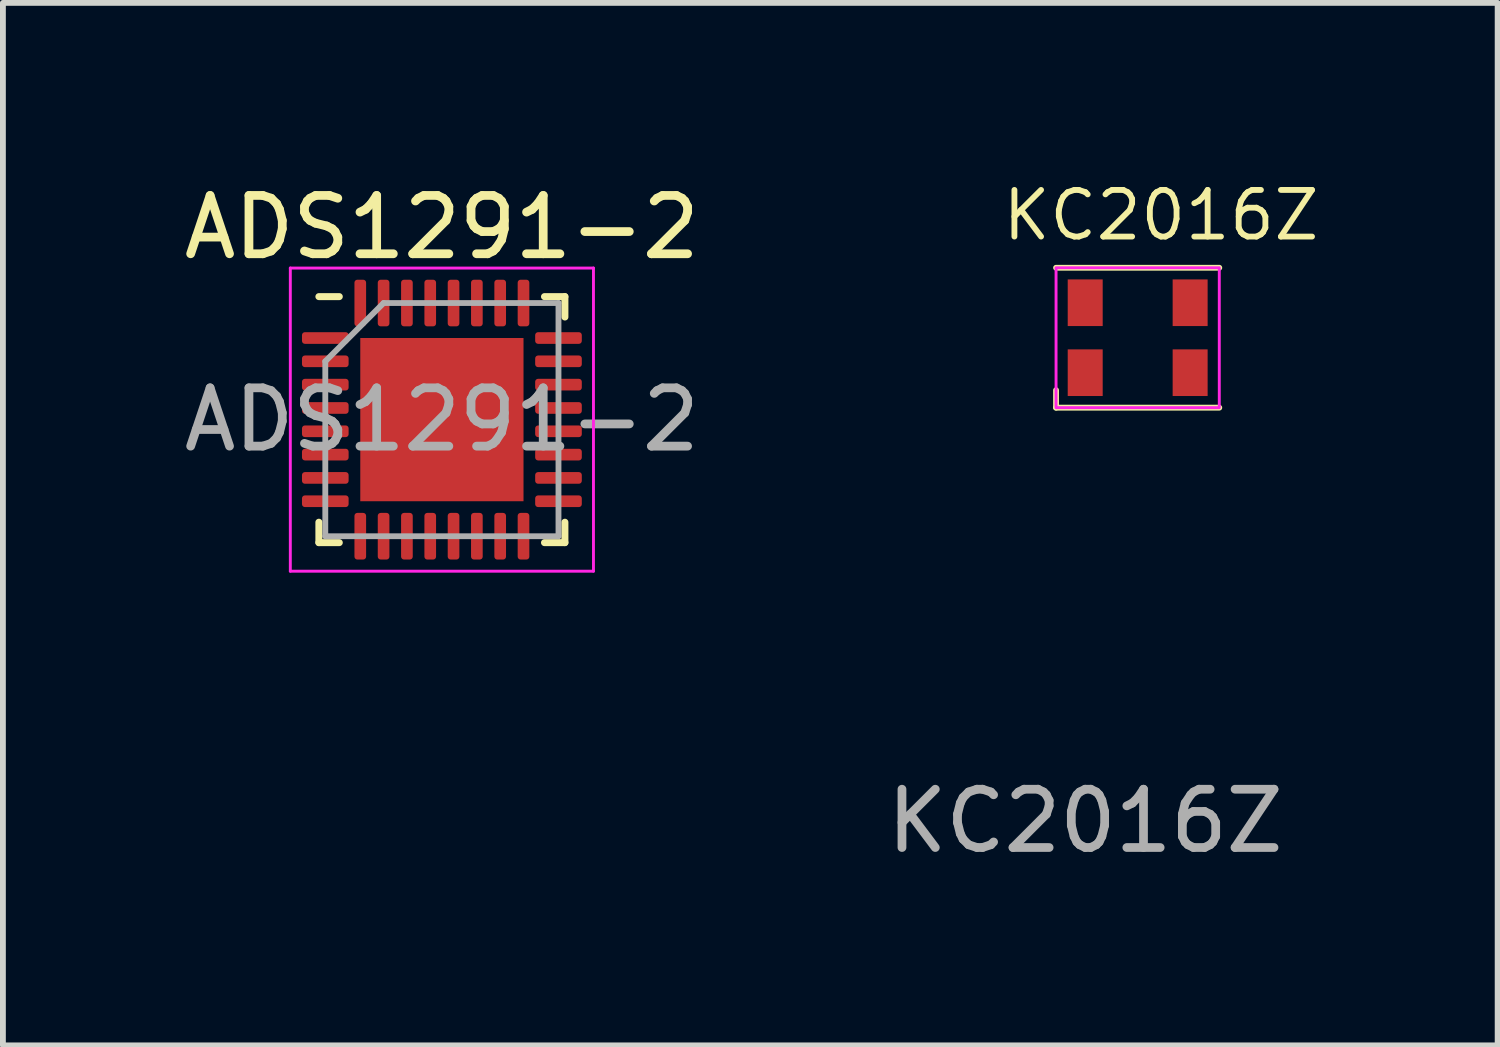
<source format=kicad_pcb>
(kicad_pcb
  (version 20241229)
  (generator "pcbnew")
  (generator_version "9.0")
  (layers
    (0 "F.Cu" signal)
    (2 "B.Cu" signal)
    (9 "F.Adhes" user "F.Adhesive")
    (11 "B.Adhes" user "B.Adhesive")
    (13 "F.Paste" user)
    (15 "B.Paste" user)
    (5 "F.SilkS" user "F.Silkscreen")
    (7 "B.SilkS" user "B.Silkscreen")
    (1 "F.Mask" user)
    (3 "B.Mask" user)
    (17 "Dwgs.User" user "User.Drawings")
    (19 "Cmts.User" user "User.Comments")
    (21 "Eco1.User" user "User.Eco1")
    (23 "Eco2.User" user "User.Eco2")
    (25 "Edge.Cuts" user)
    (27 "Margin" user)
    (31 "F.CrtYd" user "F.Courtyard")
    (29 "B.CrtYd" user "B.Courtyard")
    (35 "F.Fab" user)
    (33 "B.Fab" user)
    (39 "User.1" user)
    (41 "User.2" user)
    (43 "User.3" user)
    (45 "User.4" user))
  (footprint "KC2016Z"
    (layer "F.Cu")
    (at 15.565 2.143)
    (property "Reference" "KC2016Z" (at 1.3 -1.5 0) (unlocked yes) (layer "F.SilkS") (effects (font (size 0.8 0.8) (thickness 0.1))))
    (attr smd)
    (fp_line (start -0.5 1.5) (end -0.5 1.8) (stroke (width 0.1) (type default)) (layer "F.SilkS"))
    (fp_line (start -0.5 1.8) (end 2.3 1.8) (stroke (width 0.1) (type default)) (layer "F.SilkS"))
    (fp_line (start 2.3 -0.6) (end -0.5 -0.6) (stroke (width 0.1) (type default)) (layer "F.SilkS"))
    (fp_rect (start -0.5 -0.6) (end 2.3 1.8) (stroke (width 0.05) (type default)) (fill no) (layer "F.CrtYd"))
    (fp_text user "${REFERENCE}" (at 0 8.89 0) (unlocked yes) (layer "F.Fab") (effects (font (size 1 1) (thickness 0.15))))
    (pad "1" smd rect (at 0 1.2) (size 0.6 0.8) (layers "F.Cu" "F.Mask" "F.Paste"))
    (pad "2" smd rect (at 1.8 1.2) (size 0.6 0.8) (layers "F.Cu" "F.Mask" "F.Paste"))
    (pad "3" smd rect (at 1.8 0) (size 0.6 0.8) (layers "F.Cu" "F.Mask" "F.Paste"))
    (pad "4" smd rect (at 0 0) (size 0.6 0.8) (layers "F.Cu" "F.Mask" "F.Paste")))
  (footprint "ADS1291-2"
    (layer "F.Cu")
    (at 4.53 4.148)
    (property "Reference" "ADS1291-2" (at 0 -3.3 0) (layer "F.SilkS") (effects (font (size 1 1) (thickness 0.15))))
    (attr smd)
    (fp_line (start -2.11 2.11) (end -2.11 1.76) (stroke (width 0.12) (type solid)) (layer "F.SilkS"))
    (fp_line (start -1.76 -2.11) (end -2.11 -2.11) (stroke (width 0.12) (type solid)) (layer "F.SilkS"))
    (fp_line (start -1.76 2.11) (end -2.11 2.11) (stroke (width 0.12) (type solid)) (layer "F.SilkS"))
    (fp_line (start 1.76 -2.11) (end 2.11 -2.11) (stroke (width 0.12) (type solid)) (layer "F.SilkS"))
    (fp_line (start 1.76 2.11) (end 2.11 2.11) (stroke (width 0.12) (type solid)) (layer "F.SilkS"))
    (fp_line (start 2.11 -2.11) (end 2.11 -1.76) (stroke (width 0.12) (type solid)) (layer "F.SilkS"))
    (fp_line (start 2.11 2.11) (end 2.11 1.76) (stroke (width 0.12) (type solid)) (layer "F.SilkS"))
    (fp_line (start -2.6 -2.6) (end -2.6 2.6) (stroke (width 0.05) (type solid)) (layer "F.CrtYd"))
    (fp_line (start -2.6 2.6) (end 2.6 2.6) (stroke (width 0.05) (type solid)) (layer "F.CrtYd"))
    (fp_line (start 2.6 -2.6) (end -2.6 -2.6) (stroke (width 0.05) (type solid)) (layer "F.CrtYd"))
    (fp_line (start 2.6 2.6) (end 2.6 -2.6) (stroke (width 0.05) (type solid)) (layer "F.CrtYd"))
    (fp_line (start -2 -1) (end -1 -2) (stroke (width 0.1) (type solid)) (layer "F.Fab"))
    (fp_line (start -2 2) (end -2 -1) (stroke (width 0.1) (type solid)) (layer "F.Fab"))
    (fp_line (start -1 -2) (end 2 -2) (stroke (width 0.1) (type solid)) (layer "F.Fab"))
    (fp_line (start 2 -2) (end 2 2) (stroke (width 0.1) (type solid)) (layer "F.Fab"))
    (fp_line (start 2 2) (end -2 2) (stroke (width 0.1) (type solid)) (layer "F.Fab"))
    (fp_text user "${REFERENCE}" (at 0 0 0) (layer "F.Fab") (effects (font (size 1 1) (thickness 0.15))))
    (pad "" smd roundrect (at -0.725 -0.725) (size 1.17 1.17) (layers "F.Paste") (roundrect_rratio 0.214))
    (pad "" smd roundrect (at -0.725 0.725) (size 1.17 1.17) (layers "F.Paste") (roundrect_rratio 0.214))
    (pad "" smd roundrect (at 0.725 -0.725) (size 1.17 1.17) (layers "F.Paste") (roundrect_rratio 0.214))
    (pad "" smd roundrect (at 0.725 0.725) (size 1.17 1.17) (layers "F.Paste") (roundrect_rratio 0.214))
    (pad "1" smd roundrect (at -2 -1.4) (size 0.8 0.2) (layers "F.Cu" "F.Mask" "F.Paste") (roundrect_rratio 0.25))
    (pad "2" smd roundrect (at -2 -1) (size 0.8 0.2) (layers "F.Cu" "F.Mask" "F.Paste") (roundrect_rratio 0.25))
    (pad "3" smd roundrect (at -2 -0.6) (size 0.8 0.2) (layers "F.Cu" "F.Mask" "F.Paste") (roundrect_rratio 0.25))
    (pad "4" smd roundrect (at -2 -0.2) (size 0.8 0.2) (layers "F.Cu" "F.Mask" "F.Paste") (roundrect_rratio 0.25))
    (pad "5" smd roundrect (at -2 0.2) (size 0.8 0.2) (layers "F.Cu" "F.Mask" "F.Paste") (roundrect_rratio 0.25))
    (pad "6" smd roundrect (at -2 0.6) (size 0.8 0.2) (layers "F.Cu" "F.Mask" "F.Paste") (roundrect_rratio 0.25))
    (pad "7" smd roundrect (at -2 1) (size 0.8 0.2) (layers "F.Cu" "F.Mask" "F.Paste") (roundrect_rratio 0.25))
    (pad "8" smd roundrect (at -2 1.4) (size 0.8 0.2) (layers "F.Cu" "F.Mask" "F.Paste") (roundrect_rratio 0.25))
    (pad "9" smd roundrect (at -1.4 2) (size 0.2 0.8) (layers "F.Cu" "F.Mask" "F.Paste") (roundrect_rratio 0.25))
    (pad "10" smd roundrect (at -1 2) (size 0.2 0.8) (layers "F.Cu" "F.Mask" "F.Paste") (roundrect_rratio 0.25))
    (pad "11" smd roundrect (at -0.6 2) (size 0.2 0.8) (layers "F.Cu" "F.Mask" "F.Paste") (roundrect_rratio 0.25))
    (pad "12" smd roundrect (at -0.2 2) (size 0.2 0.8) (layers "F.Cu" "F.Mask" "F.Paste") (roundrect_rratio 0.25))
    (pad "13" smd roundrect (at 0.2 2) (size 0.2 0.8) (layers "F.Cu" "F.Mask" "F.Paste") (roundrect_rratio 0.25))
    (pad "14" smd roundrect (at 0.6 2) (size 0.2 0.8) (layers "F.Cu" "F.Mask" "F.Paste") (roundrect_rratio 0.25))
    (pad "15" smd roundrect (at 1 2) (size 0.2 0.8) (layers "F.Cu" "F.Mask" "F.Paste") (roundrect_rratio 0.25))
    (pad "16" smd roundrect (at 1.4 2) (size 0.2 0.8) (layers "F.Cu" "F.Mask" "F.Paste") (roundrect_rratio 0.25))
    (pad "17" smd roundrect (at 2 1.4) (size 0.8 0.2) (layers "F.Cu" "F.Mask" "F.Paste") (roundrect_rratio 0.25))
    (pad "18" smd roundrect (at 2 1) (size 0.8 0.2) (layers "F.Cu" "F.Mask" "F.Paste") (roundrect_rratio 0.25))
    (pad "19" smd roundrect (at 2 0.6) (size 0.8 0.2) (layers "F.Cu" "F.Mask" "F.Paste") (roundrect_rratio 0.25))
    (pad "20" smd roundrect (at 2 0.2) (size 0.8 0.2) (layers "F.Cu" "F.Mask" "F.Paste") (roundrect_rratio 0.25))
    (pad "21" smd roundrect (at 2 -0.2) (size 0.8 0.2) (layers "F.Cu" "F.Mask" "F.Paste") (roundrect_rratio 0.25))
    (pad "22" smd roundrect (at 2 -0.6) (size 0.8 0.2) (layers "F.Cu" "F.Mask" "F.Paste") (roundrect_rratio 0.25))
    (pad "23" smd roundrect (at 2 -1) (size 0.8 0.2) (layers "F.Cu" "F.Mask" "F.Paste") (roundrect_rratio 0.25))
    (pad "24" smd roundrect (at 2 -1.4) (size 0.8 0.2) (layers "F.Cu" "F.Mask" "F.Paste") (roundrect_rratio 0.25))
    (pad "25" smd roundrect (at 1.4 -2) (size 0.2 0.8) (layers "F.Cu" "F.Mask" "F.Paste") (roundrect_rratio 0.25))
    (pad "26" smd roundrect (at 1 -2) (size 0.2 0.8) (layers "F.Cu" "F.Mask" "F.Paste") (roundrect_rratio 0.25))
    (pad "27" smd roundrect (at 0.6 -2) (size 0.2 0.8) (layers "F.Cu" "F.Mask" "F.Paste") (roundrect_rratio 0.25))
    (pad "28" smd roundrect (at 0.2 -2) (size 0.2 0.8) (layers "F.Cu" "F.Mask" "F.Paste") (roundrect_rratio 0.25))
    (pad "29" smd roundrect (at -0.2 -2) (size 0.2 0.8) (layers "F.Cu" "F.Mask" "F.Paste") (roundrect_rratio 0.25))
    (pad "30" smd roundrect (at -0.6 -2) (size 0.2 0.8) (layers "F.Cu" "F.Mask" "F.Paste") (roundrect_rratio 0.25))
    (pad "31" smd roundrect (at -1 -2) (size 0.2 0.8) (layers "F.Cu" "F.Mask" "F.Paste") (roundrect_rratio 0.25))
    (pad "32" smd roundrect (at -1.4 -2) (size 0.2 0.8) (layers "F.Cu" "F.Mask" "F.Paste") (roundrect_rratio 0.25))
    (pad "33" smd rect (at 0 0) (size 2.8 2.8) (layers "F.Cu" "F.Mask")))
  (gr_rect
    (start -3 -3)
    (end 22.64 14.882)
    (stroke (width 0.1) (type default))
    (fill no)
    (layer "Edge.Cuts")))
</source>
